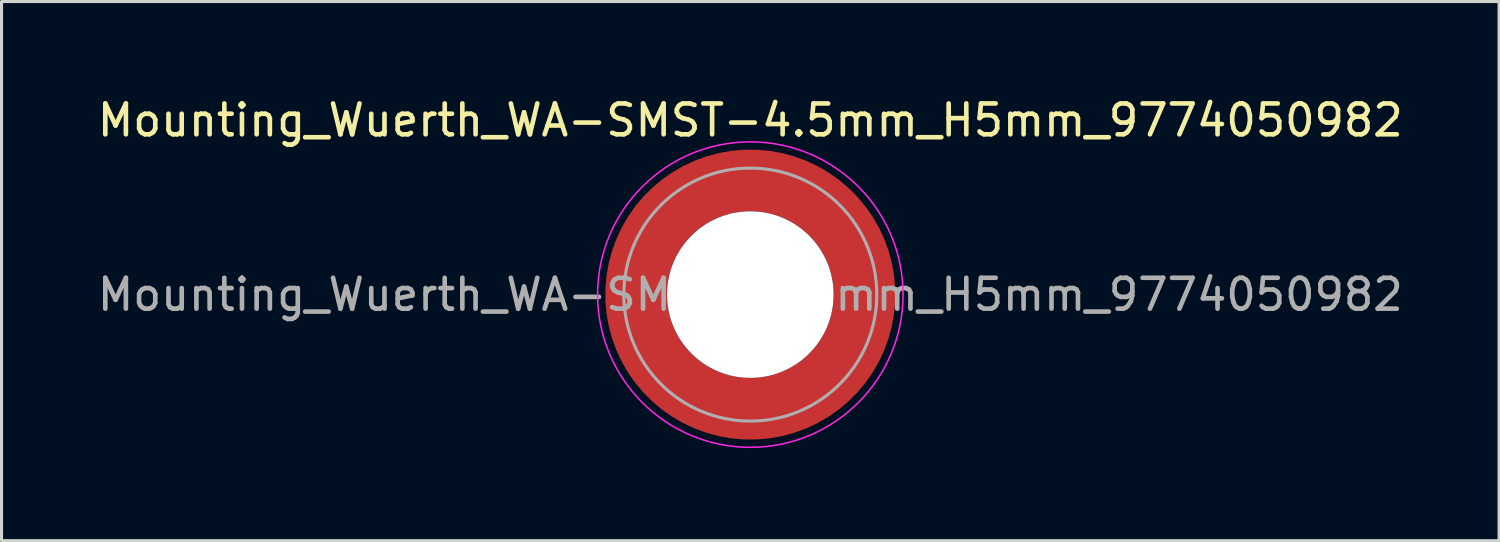
<source format=kicad_pcb>
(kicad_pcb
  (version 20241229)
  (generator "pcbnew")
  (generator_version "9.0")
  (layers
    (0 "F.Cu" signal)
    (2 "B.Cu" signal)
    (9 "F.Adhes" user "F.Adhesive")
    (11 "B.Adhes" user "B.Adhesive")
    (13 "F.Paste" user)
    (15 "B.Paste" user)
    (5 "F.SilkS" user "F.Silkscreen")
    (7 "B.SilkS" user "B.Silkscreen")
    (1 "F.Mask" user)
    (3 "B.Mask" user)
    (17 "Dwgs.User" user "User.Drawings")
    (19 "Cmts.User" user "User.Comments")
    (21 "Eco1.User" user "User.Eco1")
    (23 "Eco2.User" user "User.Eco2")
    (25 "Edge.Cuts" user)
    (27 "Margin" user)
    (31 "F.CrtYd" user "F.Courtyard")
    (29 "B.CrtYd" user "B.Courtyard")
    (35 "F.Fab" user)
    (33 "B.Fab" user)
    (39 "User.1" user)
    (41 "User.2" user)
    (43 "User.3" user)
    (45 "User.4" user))
  (footprint "Mounting_Wuerth_WA-SMST-4.5mm_H5mm_9774050982"
    (layer "F.Cu")
    (at 21.268 6.498)
    (property "Reference" "Mounting_Wuerth_WA-SMST-4.5mm_H5mm_9774050982" (at 0 -5.65 0) (layer "F.SilkS") (effects (font (size 1 1) (thickness 0.15))))
    (property "Mouser Part no." "" (at 0 0 0) (layer "F.Fab") (effects (font (size 1.27 1.27) (thickness 0.15))))
    (property "Mouser link" "" (at 0 0 0) (layer "F.Fab") (effects (font (size 1.27 1.27) (thickness 0.15))))
    (attr smd)
    (fp_circle (center 0 0) (end 4.95 0) (stroke (width 0.05) (type solid)) (fill no) (layer "F.CrtYd"))
    (fp_circle (center 0 0) (end 4.1 0) (stroke (width 0.1) (type solid)) (fill no) (layer "F.Fab"))
    (fp_text user "${REFERENCE}" (at 0 0 0) (layer "F.Fab") (effects (font (size 1 1) (thickness 0.15))))
    (pad "" smd custom (at -2.607 -2.607) (size 1.495 1.495) (layers "F.Paste") (options (anchor circle)) (primitives (gr_arc (start -0.188183 2.107456) (mid 0.598928 0.599619) (end 2.106494 -0.188011) (width 0.2)) (gr_arc (start -0.289416 2.107456) (mid 0.528508 0.529033) (end 2.106724 -0.28929) (width 0.2)) (gr_arc (start -0.390547 2.107456) (mid 0.457087 0.459449) (end 2.104161 -0.389996) (width 0.2)) (gr_arc (start -0.491585 2.107456) (mid 0.386415 0.389116) (end 2.103685 -0.490974) (width 0.2)) (gr_arc (start -0.59254 2.107456) (mid 0.31649 0.318035) (end 2.105297 -0.592202) (width 0.2)) (gr_arc (start -0.693419 2.107456) (mid 0.245252 0.248268) (end 2.103239 -0.692777) (width 0.2)) (gr_arc (start -0.794229 2.107456) (mid 0.174636 0.177878) (end 2.102921 -0.793559) (width 0.2)) (gr_arc (start -0.894975 2.107456) (mid 0.104643 0.106866) (end 2.104343 -0.894529) (width 0.2)) (gr_arc (start -0.995664 2.107456) (mid 0.033026 0.037479) (end 2.101219 -0.994793) (width 0.2)) (gr_arc (start -1.0963 2.107456) (mid -0.035789 -0.034714) (end 2.105949 -1.096096) (width 0.2)) (gr_arc (start -1.196886 2.107456) (mid -0.106351 -0.105157) (end 2.105783 -1.196666) (width 0.2)) (gr_arc (start -1.297427 2.107456) (mid -0.176416 -0.176097) (end 2.107009 -1.29737) (width 0.2)) (gr_arc (start -1.397927 2.107456) (mid -0.248476 -0.245042) (end 2.102638 -1.397323) (width 0.2)) (gr_arc (start -1.498388 2.107456) (mid -0.317612 -0.316913) (end 2.106475 -1.498268) (width 0.2)) (gr_arc (start -1.598813 2.107456) (mid -0.388865 -0.386665) (end 2.104366 -1.598444) (width 0.2)) (gr_arc (start -1.699204 2.107456) (mid -0.459747 -0.456787) (end 2.103299 -1.698719) (width 0.2)) (gr_arc (start -1.799565 2.107456) (mid -0.530257 -0.527283) (end 2.103277 -1.799089) (width 0.2)) (gr_arc (start -1.899896 2.107456) (mid -0.600396 -0.59815) (end 2.104299 -1.899545) (width 0.2)) (gr_arc (start -1.899896 2.107456) (mid -0.600396 -0.59815) (end 2.104299 -1.899545) (width 0.2)) (gr_line (start 2.107 -0.188) (end 2.107 -1.9) (width 0.2)) (gr_line (start -0.188 2.107) (end -1.9 2.107) (width 0.2))))
    (pad "" smd custom (at -2.607 2.607) (size 1.495 1.495) (layers "F.Paste") (options (anchor circle)) (primitives (gr_arc (start 2.107456 0.188183) (mid 0.599619 -0.598928) (end -0.188011 -2.106494) (width 0.2)) (gr_arc (start 2.107456 0.289416) (mid 0.529033 -0.528508) (end -0.28929 -2.106724) (width 0.2)) (gr_arc (start 2.107456 0.390547) (mid 0.459449 -0.457087) (end -0.389996 -2.104161) (width 0.2)) (gr_arc (start 2.107456 0.491585) (mid 0.389116 -0.386415) (end -0.490974 -2.103685) (width 0.2)) (gr_arc (start 2.107456 0.59254) (mid 0.318035 -0.31649) (end -0.592202 -2.105297) (width 0.2)) (gr_arc (start 2.107456 0.693419) (mid 0.248268 -0.245252) (end -0.692777 -2.103239) (width 0.2)) (gr_arc (start 2.107456 0.794229) (mid 0.177878 -0.174636) (end -0.793559 -2.102921) (width 0.2)) (gr_arc (start 2.107456 0.894975) (mid 0.106866 -0.104643) (end -0.894529 -2.104343) (width 0.2)) (gr_arc (start 2.107456 0.995664) (mid 0.037479 -0.033026) (end -0.994793 -2.101219) (width 0.2)) (gr_arc (start 2.107456 1.0963) (mid -0.034714 0.035789) (end -1.096096 -2.105949) (width 0.2)) (gr_arc (start 2.107456 1.196886) (mid -0.105157 0.106351) (end -1.196666 -2.105783) (width 0.2)) (gr_arc (start 2.107456 1.297427) (mid -0.176097 0.176416) (end -1.29737 -2.107009) (width 0.2)) (gr_arc (start 2.107456 1.397927) (mid -0.245042 0.248476) (end -1.397323 -2.102638) (width 0.2)) (gr_arc (start 2.107456 1.498388) (mid -0.316913 0.317612) (end -1.498268 -2.106475) (width 0.2)) (gr_arc (start 2.107456 1.598813) (mid -0.386665 0.388865) (end -1.598444 -2.104366) (width 0.2)) (gr_arc (start 2.107456 1.699204) (mid -0.456787 0.459747) (end -1.698719 -2.103299) (width 0.2)) (gr_arc (start 2.107456 1.799565) (mid -0.527283 0.530257) (end -1.799089 -2.103277) (width 0.2)) (gr_arc (start 2.107456 1.899896) (mid -0.59815 0.600396) (end -1.899545 -2.104299) (width 0.2)) (gr_arc (start 2.107456 1.899896) (mid -0.59815 0.600396) (end -1.899545 -2.104299) (width 0.2)) (gr_line (start -0.188 -2.107) (end -1.9 -2.107) (width 0.2)) (gr_line (start 2.107 0.188) (end 2.107 1.9) (width 0.2))))
    (pad "" np_thru_hole circle (at 0 0) (size 5.4 5.4) (drill 5.4) (layers "*.Cu" "*.Mask"))
    (pad "" smd custom (at 2.607 -2.607) (size 1.495 1.495) (layers "F.Paste") (options (anchor circle)) (primitives (gr_arc (start -2.107456 -0.188183) (mid -0.599619 0.598928) (end 0.188011 2.106494) (width 0.2)) (gr_arc (start -2.107456 -0.289416) (mid -0.529033 0.528508) (end 0.28929 2.106724) (width 0.2)) (gr_arc (start -2.107456 -0.390547) (mid -0.459449 0.457087) (end 0.389996 2.104161) (width 0.2)) (gr_arc (start -2.107456 -0.491585) (mid -0.389116 0.386415) (end 0.490974 2.103685) (width 0.2)) (gr_arc (start -2.107456 -0.59254) (mid -0.318035 0.31649) (end 0.592202 2.105297) (width 0.2)) (gr_arc (start -2.107456 -0.693419) (mid -0.248268 0.245252) (end 0.692777 2.103239) (width 0.2)) (gr_arc (start -2.107456 -0.794229) (mid -0.177878 0.174636) (end 0.793559 2.102921) (width 0.2)) (gr_arc (start -2.107456 -0.894975) (mid -0.106866 0.104643) (end 0.894529 2.104343) (width 0.2)) (gr_arc (start -2.107456 -0.995664) (mid -0.037479 0.033026) (end 0.994793 2.101219) (width 0.2)) (gr_arc (start -2.107456 -1.0963) (mid 0.034714 -0.035789) (end 1.096096 2.105949) (width 0.2)) (gr_arc (start -2.107456 -1.196886) (mid 0.105157 -0.106351) (end 1.196666 2.105783) (width 0.2)) (gr_arc (start -2.107456 -1.297427) (mid 0.176097 -0.176416) (end 1.29737 2.107009) (width 0.2)) (gr_arc (start -2.107456 -1.397927) (mid 0.245042 -0.248476) (end 1.397323 2.102638) (width 0.2)) (gr_arc (start -2.107456 -1.498388) (mid 0.316913 -0.317612) (end 1.498268 2.106475) (width 0.2)) (gr_arc (start -2.107456 -1.598813) (mid 0.386665 -0.388865) (end 1.598444 2.104366) (width 0.2)) (gr_arc (start -2.107456 -1.699204) (mid 0.456787 -0.459747) (end 1.698719 2.103299) (width 0.2)) (gr_arc (start -2.107456 -1.799565) (mid 0.527283 -0.530257) (end 1.799089 2.103277) (width 0.2)) (gr_arc (start -2.107456 -1.899896) (mid 0.59815 -0.600396) (end 1.899545 2.104299) (width 0.2)) (gr_arc (start -2.107456 -1.899896) (mid 0.59815 -0.600396) (end 1.899545 2.104299) (width 0.2)) (gr_line (start 0.188 2.107) (end 1.9 2.107) (width 0.2)) (gr_line (start -2.107 -0.188) (end -2.107 -1.9) (width 0.2))))
    (pad "" smd custom (at 2.607 2.607) (size 1.495 1.495) (layers "F.Paste") (options (anchor circle)) (primitives (gr_arc (start 0.188183 -2.107456) (mid -0.598928 -0.599619) (end -2.106494 0.188011) (width 0.2)) (gr_arc (start 0.289416 -2.107456) (mid -0.528508 -0.529033) (end -2.106724 0.28929) (width 0.2)) (gr_arc (start 0.390547 -2.107456) (mid -0.457087 -0.459449) (end -2.104161 0.389996) (width 0.2)) (gr_arc (start 0.491585 -2.107456) (mid -0.386415 -0.389116) (end -2.103685 0.490974) (width 0.2)) (gr_arc (start 0.59254 -2.107456) (mid -0.31649 -0.318035) (end -2.105297 0.592202) (width 0.2)) (gr_arc (start 0.693419 -2.107456) (mid -0.245252 -0.248268) (end -2.103239 0.692777) (width 0.2)) (gr_arc (start 0.794229 -2.107456) (mid -0.174636 -0.177878) (end -2.102921 0.793559) (width 0.2)) (gr_arc (start 0.894975 -2.107456) (mid -0.104643 -0.106866) (end -2.104343 0.894529) (width 0.2)) (gr_arc (start 0.995664 -2.107456) (mid -0.033026 -0.037479) (end -2.101219 0.994793) (width 0.2)) (gr_arc (start 1.0963 -2.107456) (mid 0.035789 0.034714) (end -2.105949 1.096096) (width 0.2)) (gr_arc (start 1.196886 -2.107456) (mid 0.106351 0.105157) (end -2.105783 1.196666) (width 0.2)) (gr_arc (start 1.297427 -2.107456) (mid 0.176416 0.176097) (end -2.107009 1.29737) (width 0.2)) (gr_arc (start 1.397927 -2.107456) (mid 0.248476 0.245042) (end -2.102638 1.397323) (width 0.2)) (gr_arc (start 1.498388 -2.107456) (mid 0.317612 0.316913) (end -2.106475 1.498268) (width 0.2)) (gr_arc (start 1.598813 -2.107456) (mid 0.388865 0.386665) (end -2.104366 1.598444) (width 0.2)) (gr_arc (start 1.699204 -2.107456) (mid 0.459747 0.456787) (end -2.103299 1.698719) (width 0.2)) (gr_arc (start 1.799565 -2.107456) (mid 0.530257 0.527283) (end -2.103277 1.799089) (width 0.2)) (gr_arc (start 1.899896 -2.107456) (mid 0.600396 0.59815) (end -2.104299 1.899545) (width 0.2)) (gr_arc (start 1.899896 -2.107456) (mid 0.600396 0.59815) (end -2.104299 1.899545) (width 0.2)) (gr_line (start -2.107 0.188) (end -2.107 1.9) (width 0.2)) (gr_line (start 0.188 -2.107) (end 1.9 -2.107) (width 0.2))))
    (pad "1" smd circle (at -3.7 0) (size 1.6 1.6) (layers "F.Cu"))
    (pad "1" smd circle (at 0 -3.7) (size 1.6 1.6) (layers "F.Cu"))
    (pad "1" smd circle (at 0 3.7) (size 1.6 1.6) (layers "F.Cu"))
    (pad "1" smd custom (at 3.7 0) (size 1.6 1.6) (layers "F.Cu" "F.Mask") (options (anchor circle)) (primitives (gr_circle (center -3.7 0) (end 0 0) (width 2) (fill no)))))
  (gr_rect
    (start -3 -3)
    (end 45.536 14.473)
    (stroke (width 0.1) (type default))
    (fill no)
    (layer "Edge.Cuts")))
</source>
